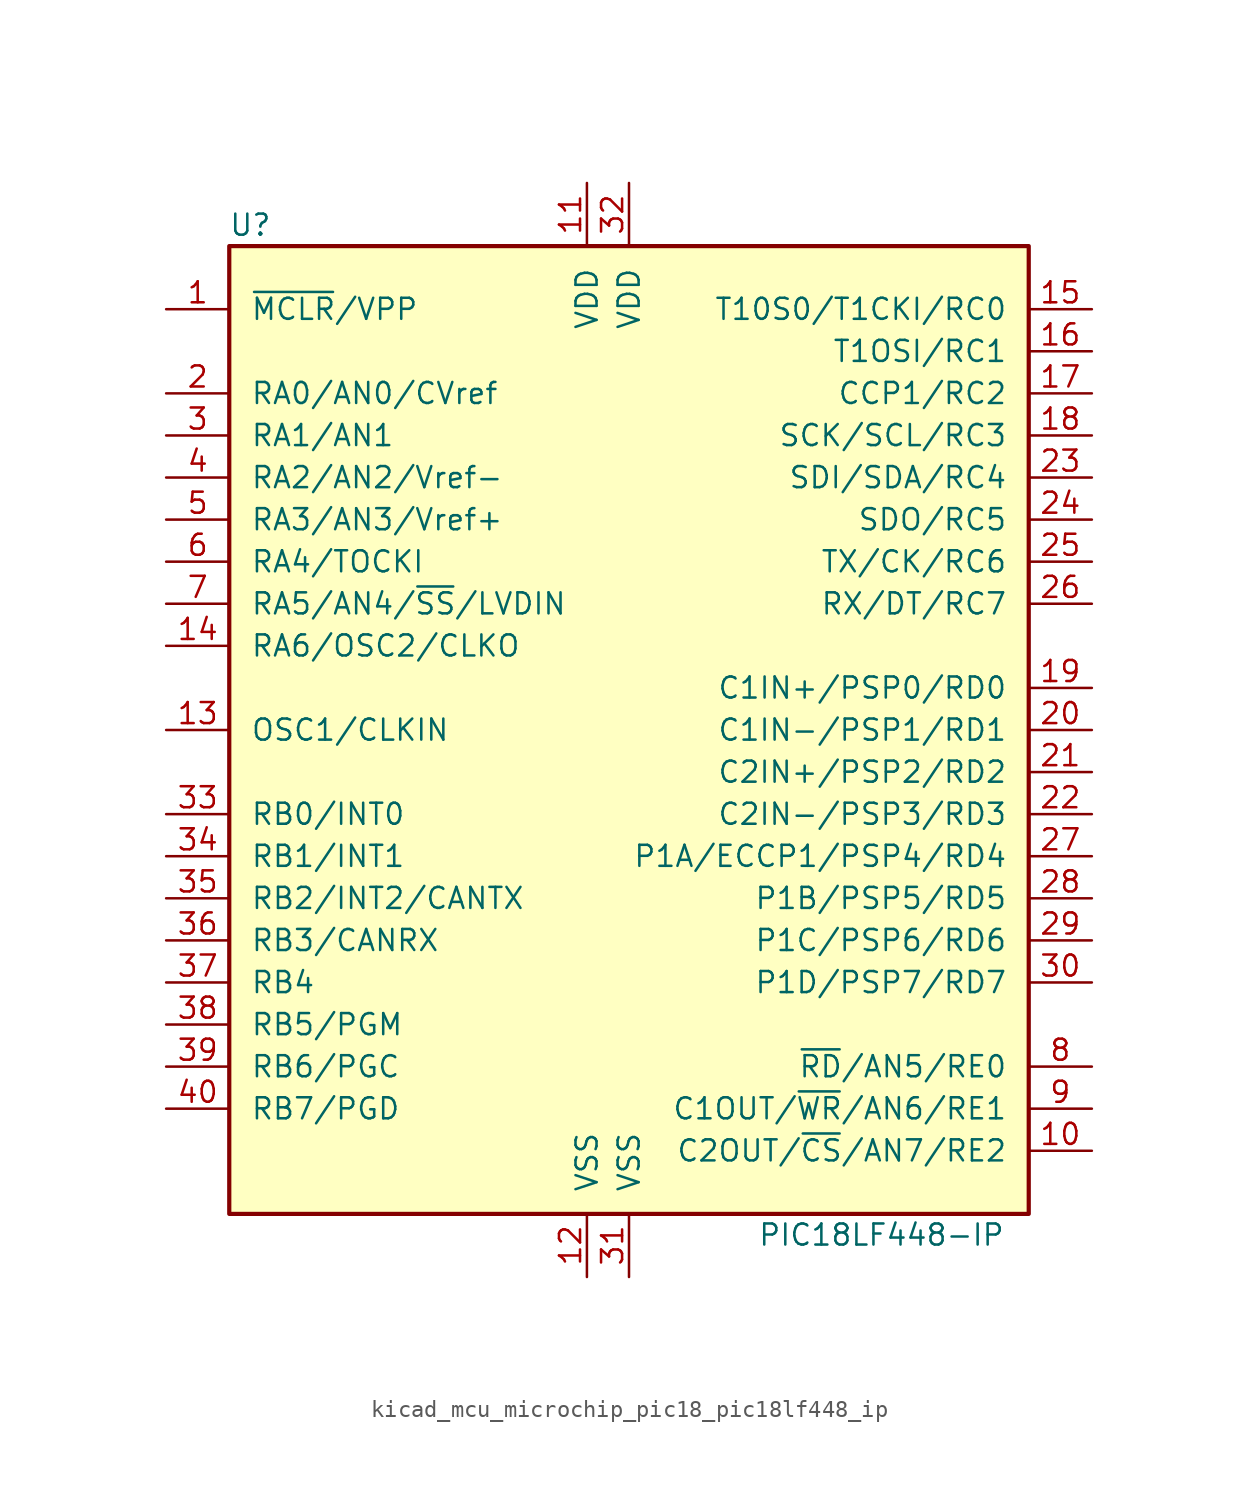
<source format=kicad_sym>
(kicad_symbol_lib
  (version 20220914)
  (generator kicad_symbol_editor)
  (symbol "kicad_mcu_microchip_pic18_pic18lf448_ip"
    (pin_names
      (offset 1.27))
    (property "Reference" "U"
      (at -22.86 30.48 0)
      (effects (font (size 1.27 1.27))))
    (property "Value" "PIC18LF448-IP"
      (at 15.24 -30.48 0)
      (effects (font (size 1.27 1.27))))
    (symbol "kicad_mcu_microchip_pic18_pic18lf448_ip_0_1"
      (rectangle (start -24.13 -29.21) (end 24.13 29.21) (stroke (width 0.254) (type default)) (fill (type background))))
    (symbol "kicad_mcu_microchip_pic18_pic18lf448_ip_1_1"
      (pin input line (at -27.94 25.4 0) (length 3.81) (name "~{MCLR}/VPP" (effects (font (size 1.27 1.27)))) (number "1" (effects (font (size 1.27 1.27)))))
      (pin bidirectional line (at 27.94 -25.4 180) (length 3.81) (name "C2OUT/~{CS}/AN7/RE2" (effects (font (size 1.27 1.27)))) (number "10" (effects (font (size 1.27 1.27)))))
      (pin power_in line (at -2.54 33.02 270) (length 3.81) (name "VDD" (effects (font (size 1.27 1.27)))) (number "11" (effects (font (size 1.27 1.27)))))
      (pin power_in line (at -2.54 -33.02 90) (length 3.81) (name "VSS" (effects (font (size 1.27 1.27)))) (number "12" (effects (font (size 1.27 1.27)))))
      (pin input line (at -27.94 0 0) (length 3.81) (name "OSC1/CLKIN" (effects (font (size 1.27 1.27)))) (number "13" (effects (font (size 1.27 1.27)))))
      (pin output line (at -27.94 5.08 0) (length 3.81) (name "RA6/OSC2/CLKO" (effects (font (size 1.27 1.27)))) (number "14" (effects (font (size 1.27 1.27)))))
      (pin bidirectional line (at 27.94 25.4 180) (length 3.81) (name "T10S0/T1CKI/RC0" (effects (font (size 1.27 1.27)))) (number "15" (effects (font (size 1.27 1.27)))))
      (pin bidirectional line (at 27.94 22.86 180) (length 3.81) (name "T1OSI/RC1" (effects (font (size 1.27 1.27)))) (number "16" (effects (font (size 1.27 1.27)))))
      (pin bidirectional line (at 27.94 20.32 180) (length 3.81) (name "CCP1/RC2" (effects (font (size 1.27 1.27)))) (number "17" (effects (font (size 1.27 1.27)))))
      (pin bidirectional line (at 27.94 17.78 180) (length 3.81) (name "SCK/SCL/RC3" (effects (font (size 1.27 1.27)))) (number "18" (effects (font (size 1.27 1.27)))))
      (pin bidirectional line (at 27.94 2.54 180) (length 3.81) (name "C1IN+/PSP0/RD0" (effects (font (size 1.27 1.27)))) (number "19" (effects (font (size 1.27 1.27)))))
      (pin bidirectional line (at -27.94 20.32 0) (length 3.81) (name "RA0/AN0/CVref" (effects (font (size 1.27 1.27)))) (number "2" (effects (font (size 1.27 1.27)))))
      (pin bidirectional line (at 27.94 0 180) (length 3.81) (name "C1IN-/PSP1/RD1" (effects (font (size 1.27 1.27)))) (number "20" (effects (font (size 1.27 1.27)))))
      (pin bidirectional line (at 27.94 -2.54 180) (length 3.81) (name "C2IN+/PSP2/RD2" (effects (font (size 1.27 1.27)))) (number "21" (effects (font (size 1.27 1.27)))))
      (pin bidirectional line (at 27.94 -5.08 180) (length 3.81) (name "C2IN-/PSP3/RD3" (effects (font (size 1.27 1.27)))) (number "22" (effects (font (size 1.27 1.27)))))
      (pin bidirectional line (at 27.94 15.24 180) (length 3.81) (name "SDI/SDA/RC4" (effects (font (size 1.27 1.27)))) (number "23" (effects (font (size 1.27 1.27)))))
      (pin bidirectional line (at 27.94 12.7 180) (length 3.81) (name "SDO/RC5" (effects (font (size 1.27 1.27)))) (number "24" (effects (font (size 1.27 1.27)))))
      (pin bidirectional line (at 27.94 10.16 180) (length 3.81) (name "TX/CK/RC6" (effects (font (size 1.27 1.27)))) (number "25" (effects (font (size 1.27 1.27)))))
      (pin bidirectional line (at 27.94 7.62 180) (length 3.81) (name "RX/DT/RC7" (effects (font (size 1.27 1.27)))) (number "26" (effects (font (size 1.27 1.27)))))
      (pin bidirectional line (at 27.94 -7.62 180) (length 3.81) (name "P1A/ECCP1/PSP4/RD4" (effects (font (size 1.27 1.27)))) (number "27" (effects (font (size 1.27 1.27)))))
      (pin bidirectional line (at 27.94 -10.16 180) (length 3.81) (name "P1B/PSP5/RD5" (effects (font (size 1.27 1.27)))) (number "28" (effects (font (size 1.27 1.27)))))
      (pin bidirectional line (at 27.94 -12.7 180) (length 3.81) (name "P1C/PSP6/RD6" (effects (font (size 1.27 1.27)))) (number "29" (effects (font (size 1.27 1.27)))))
      (pin bidirectional line (at -27.94 17.78 0) (length 3.81) (name "RA1/AN1" (effects (font (size 1.27 1.27)))) (number "3" (effects (font (size 1.27 1.27)))))
      (pin bidirectional line (at 27.94 -15.24 180) (length 3.81) (name "P1D/PSP7/RD7" (effects (font (size 1.27 1.27)))) (number "30" (effects (font (size 1.27 1.27)))))
      (pin power_in line (at 0 -33.02 90) (length 3.81) (name "VSS" (effects (font (size 1.27 1.27)))) (number "31" (effects (font (size 1.27 1.27)))))
      (pin power_in line (at 0 33.02 270) (length 3.81) (name "VDD" (effects (font (size 1.27 1.27)))) (number "32" (effects (font (size 1.27 1.27)))))
      (pin bidirectional line (at -27.94 -5.08 0) (length 3.81) (name "RB0/INT0" (effects (font (size 1.27 1.27)))) (number "33" (effects (font (size 1.27 1.27)))))
      (pin bidirectional line (at -27.94 -7.62 0) (length 3.81) (name "RB1/INT1" (effects (font (size 1.27 1.27)))) (number "34" (effects (font (size 1.27 1.27)))))
      (pin bidirectional line (at -27.94 -10.16 0) (length 3.81) (name "RB2/INT2/CANTX" (effects (font (size 1.27 1.27)))) (number "35" (effects (font (size 1.27 1.27)))))
      (pin bidirectional line (at -27.94 -12.7 0) (length 3.81) (name "RB3/CANRX" (effects (font (size 1.27 1.27)))) (number "36" (effects (font (size 1.27 1.27)))))
      (pin bidirectional line (at -27.94 -15.24 0) (length 3.81) (name "RB4" (effects (font (size 1.27 1.27)))) (number "37" (effects (font (size 1.27 1.27)))))
      (pin bidirectional line (at -27.94 -17.78 0) (length 3.81) (name "RB5/PGM" (effects (font (size 1.27 1.27)))) (number "38" (effects (font (size 1.27 1.27)))))
      (pin bidirectional line (at -27.94 -20.32 0) (length 3.81) (name "RB6/PGC" (effects (font (size 1.27 1.27)))) (number "39" (effects (font (size 1.27 1.27)))))
      (pin bidirectional line (at -27.94 15.24 0) (length 3.81) (name "RA2/AN2/Vref-" (effects (font (size 1.27 1.27)))) (number "4" (effects (font (size 1.27 1.27)))))
      (pin bidirectional line (at -27.94 -22.86 0) (length 3.81) (name "RB7/PGD" (effects (font (size 1.27 1.27)))) (number "40" (effects (font (size 1.27 1.27)))))
      (pin bidirectional line (at -27.94 12.7 0) (length 3.81) (name "RA3/AN3/Vref+" (effects (font (size 1.27 1.27)))) (number "5" (effects (font (size 1.27 1.27)))))
      (pin bidirectional line (at -27.94 10.16 0) (length 3.81) (name "RA4/TOCKI" (effects (font (size 1.27 1.27)))) (number "6" (effects (font (size 1.27 1.27)))))
      (pin bidirectional line (at -27.94 7.62 0) (length 3.81) (name "RA5/AN4/~{SS}/LVDIN" (effects (font (size 1.27 1.27)))) (number "7" (effects (font (size 1.27 1.27)))))
      (pin bidirectional line (at 27.94 -20.32 180) (length 3.81) (name "~{RD}/AN5/RE0" (effects (font (size 1.27 1.27)))) (number "8" (effects (font (size 1.27 1.27)))))
      (pin bidirectional line (at 27.94 -22.86 180) (length 3.81) (name "C1OUT/~{WR}/AN6/RE1" (effects (font (size 1.27 1.27)))) (number "9" (effects (font (size 1.27 1.27))))))))
</source>
